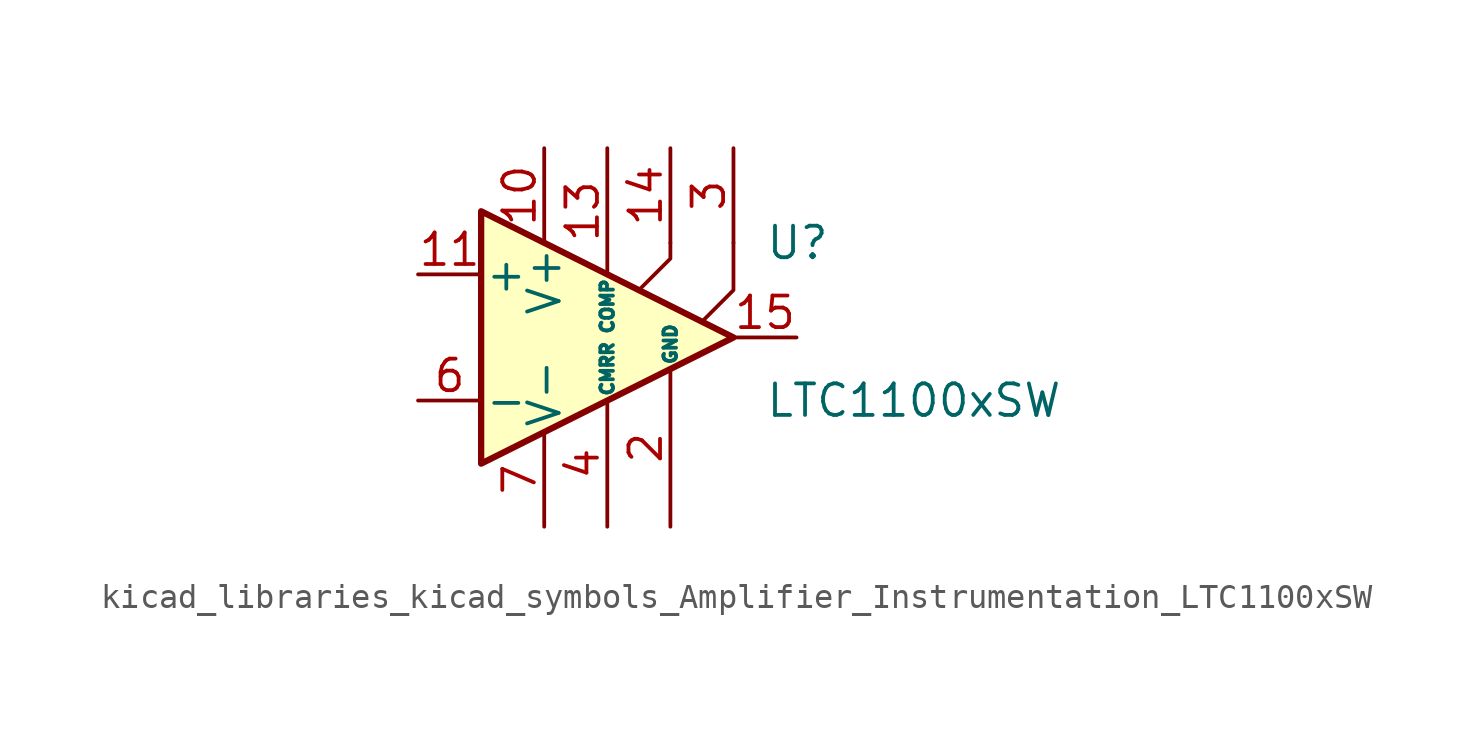
<source format=kicad_sym>
(kicad_symbol_lib
  (version 20220914)
  (generator kicad_symbol_editor)
  (symbol "kicad_libraries_kicad_symbols_Amplifier_Instrumentation_LTC1100xSW"
    (pin_names
      (offset 0.127))
    (property "Reference" "U"
      (at 6.35 3.81 0)
      (effects (font (size 1.27 1.27)) (justify left)))
    (property "Value" "LTC1100xSW"
      (at 6.35 -2.54 0)
      (effects (font (size 1.27 1.27)) (justify left)))
    (symbol "kicad_libraries_kicad_symbols_Amplifier_Instrumentation_LTC1100xSW_0_1"
      (polyline (pts (xy 1.27 1.905) (xy 2.54 3.175) (xy 2.54 3.81)) (stroke (width 0.152) (type default)) (fill (type none)))
      (polyline (pts (xy 3.81 0.635) (xy 5.08 1.905) (xy 5.08 3.81)) (stroke (width 0.152) (type default)) (fill (type none)))
      (polyline (pts (xy -5.08 5.08) (xy 5.08 0) (xy -5.08 -5.08) (xy -5.08 5.08)) (stroke (width 0.254) (type default)) (fill (type background))))
    (symbol "kicad_libraries_kicad_symbols_Amplifier_Instrumentation_LTC1100xSW_1_1"
      (pin no_connect line (at -5.08 2.54 270) (length 2.54) hide (name "NC" (effects (font (size 1.27 1.27)))) (number "1" (effects (font (size 1.27 1.27)))))
      (pin power_in line (at -2.54 7.62 270) (length 3.81) (name "V+" (effects (font (size 1.27 1.27)))) (number "10" (effects (font (size 1.27 1.27)))))
      (pin input line (at -7.62 2.54 0) (length 2.54) (name "+" (effects (font (size 1.27 1.27)))) (number "11" (effects (font (size 1.27 1.27)))))
      (pin no_connect line (at -2.54 -2.54 90) (length 2.54) hide (name "NC" (effects (font (size 1.27 1.27)))) (number "12" (effects (font (size 1.27 1.27)))))
      (pin input line (at 0 7.62 270) (length 5.08) (name "COMP" (effects (font (size 0.508 0.508)))) (number "13" (effects (font (size 1.27 1.27)))))
      (pin passive line (at 2.54 7.62 270) (length 3.81) (name "~" (effects (font (size 1.27 1.27)))) (number "14" (effects (font (size 1.27 1.27)))))
      (pin output line (at 7.62 0 180) (length 2.54) (name "~" (effects (font (size 1.27 1.27)))) (number "15" (effects (font (size 1.27 1.27)))))
      (pin no_connect line (at 0 -2.54 90) (length 2.54) hide (name "NC" (effects (font (size 1.27 1.27)))) (number "16" (effects (font (size 1.27 1.27)))))
      (pin input line (at 2.54 -7.62 90) (length 6.35) (name "GND" (effects (font (size 0.508 0.508)))) (number "2" (effects (font (size 1.27 1.27)))))
      (pin passive line (at 5.08 7.62 270) (length 3.81) (name "~" (effects (font (size 1.27 1.27)))) (number "3" (effects (font (size 1.27 1.27)))))
      (pin input line (at 0 -7.62 90) (length 5.08) (name "CMRR" (effects (font (size 0.508 0.508)))) (number "4" (effects (font (size 1.27 1.27)))))
      (pin no_connect line (at -2.54 2.54 270) (length 2.54) hide (name "NC" (effects (font (size 1.27 1.27)))) (number "5" (effects (font (size 1.27 1.27)))))
      (pin input line (at -7.62 -2.54 0) (length 2.54) (name "-" (effects (font (size 1.27 1.27)))) (number "6" (effects (font (size 1.27 1.27)))))
      (pin power_in line (at -2.54 -7.62 90) (length 3.81) (name "V-" (effects (font (size 1.27 1.27)))) (number "7" (effects (font (size 1.27 1.27)))))
      (pin no_connect line (at 0 2.54 270) (length 2.54) hide (name "NC" (effects (font (size 1.27 1.27)))) (number "8" (effects (font (size 1.27 1.27)))))
      (pin no_connect line (at -5.08 -2.54 90) (length 2.54) hide (name "NC" (effects (font (size 1.27 1.27)))) (number "9" (effects (font (size 1.27 1.27))))))))
</source>
